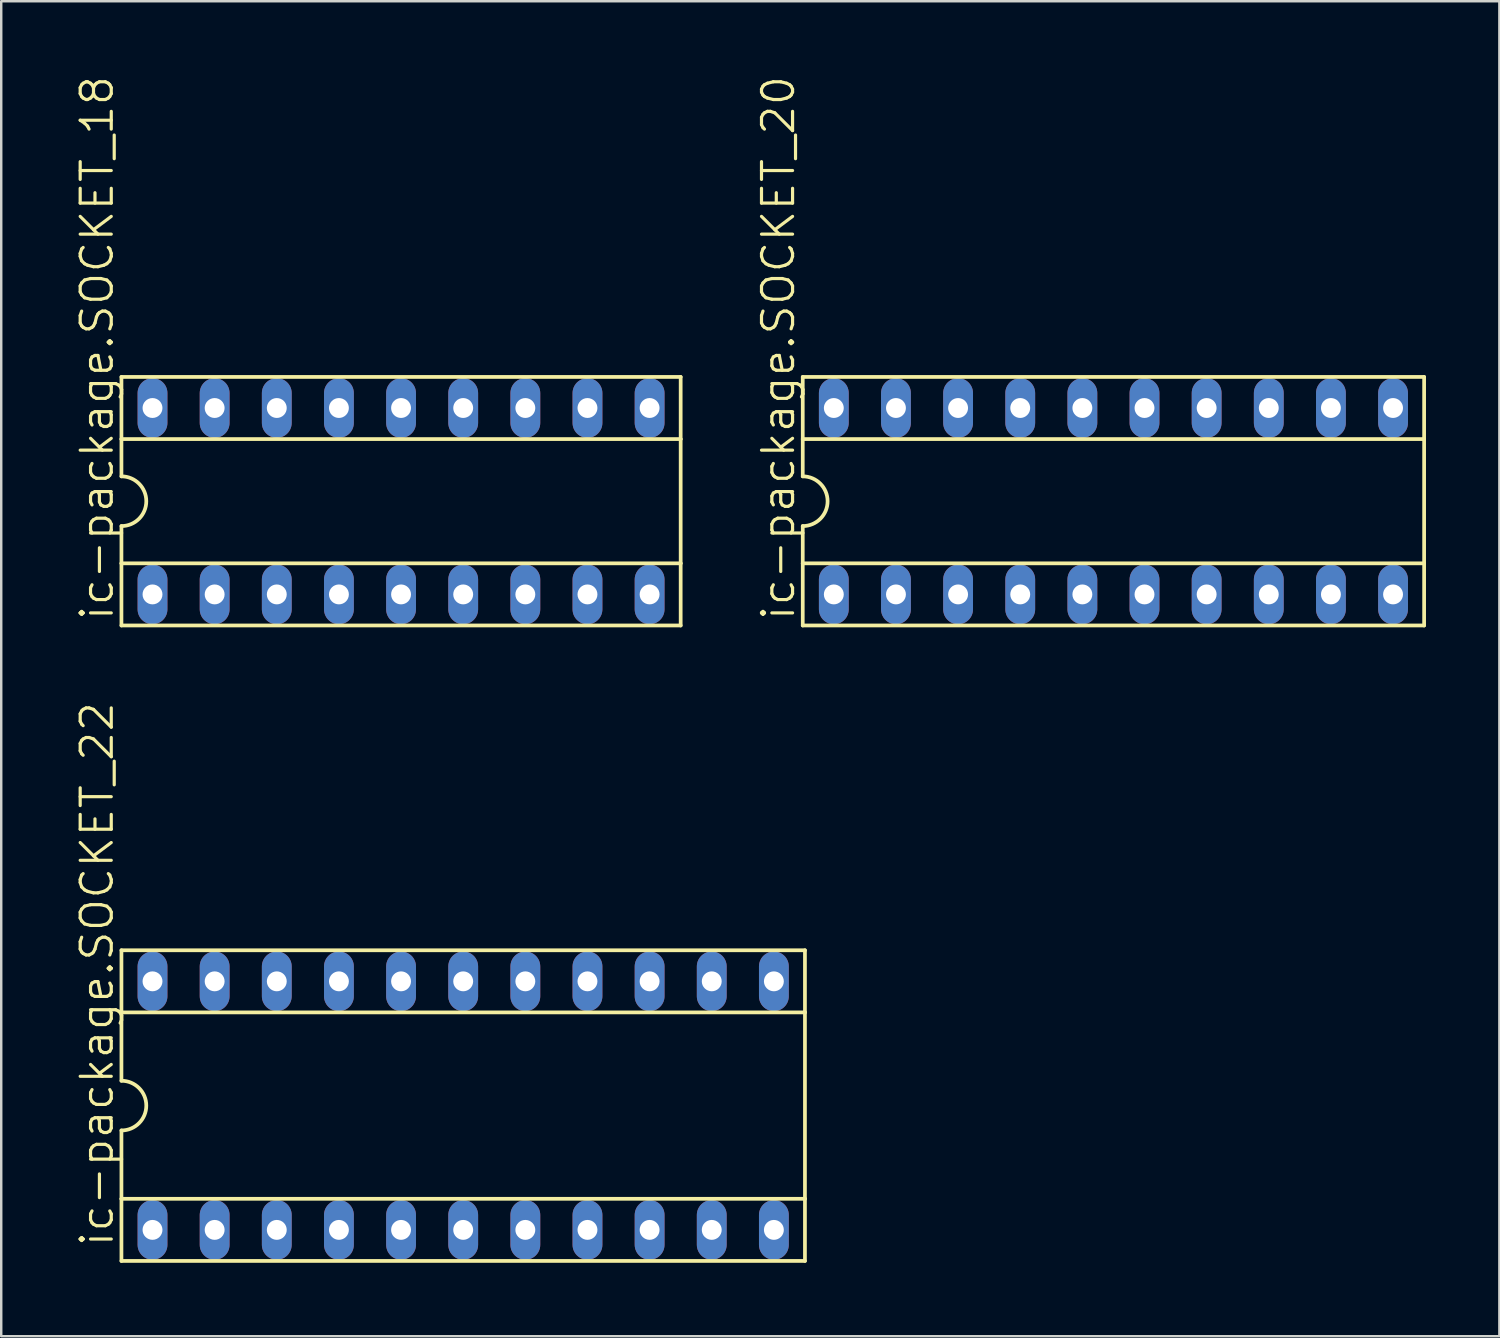
<source format=kicad_pcb>
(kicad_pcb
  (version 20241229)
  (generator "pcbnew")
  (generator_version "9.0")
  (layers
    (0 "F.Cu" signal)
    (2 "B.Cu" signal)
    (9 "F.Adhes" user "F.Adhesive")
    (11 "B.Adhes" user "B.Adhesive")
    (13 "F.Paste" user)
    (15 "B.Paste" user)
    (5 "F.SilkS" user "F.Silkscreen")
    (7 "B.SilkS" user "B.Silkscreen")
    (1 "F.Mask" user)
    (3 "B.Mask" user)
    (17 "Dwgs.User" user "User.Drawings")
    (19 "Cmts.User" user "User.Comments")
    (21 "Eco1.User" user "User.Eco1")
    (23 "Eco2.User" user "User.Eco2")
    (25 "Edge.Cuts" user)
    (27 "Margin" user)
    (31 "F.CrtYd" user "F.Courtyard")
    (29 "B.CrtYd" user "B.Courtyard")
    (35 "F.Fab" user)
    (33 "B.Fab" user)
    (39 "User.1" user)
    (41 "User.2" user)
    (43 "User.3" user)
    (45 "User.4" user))
  (footprint "ic-package.SOCKET_22"
    (layer "F.Cu")
    (at 15.884 42.144)
    (property "Reference" "ic-package.SOCKET_22" (at -14.224 5.842 90) (layer "F.SilkS") (effects (font (size 1.27 1.27) (thickness 0.13)) (justify left bottom)))
    (attr through_hole)
    (fp_line (start -13.97 -6.35) (end -13.97 -3.81) (stroke (width 0.152) (type default)) (layer "F.SilkS"))
    (fp_line (start -13.97 -3.81) (end -13.97 -1.016) (stroke (width 0.152) (type default)) (layer "F.SilkS"))
    (fp_line (start -13.97 -3.81) (end 13.97 -3.81) (stroke (width 0.152) (type default)) (layer "F.SilkS"))
    (fp_line (start -13.97 3.81) (end -13.97 1.016) (stroke (width 0.152) (type default)) (layer "F.SilkS"))
    (fp_line (start -13.97 3.81) (end 13.97 3.81) (stroke (width 0.152) (type default)) (layer "F.SilkS"))
    (fp_line (start -13.97 6.35) (end -13.97 3.81) (stroke (width 0.152) (type default)) (layer "F.SilkS"))
    (fp_line (start -13.97 6.35) (end 13.97 6.35) (stroke (width 0.152) (type default)) (layer "F.SilkS"))
    (fp_line (start 13.97 -6.35) (end -13.97 -6.35) (stroke (width 0.152) (type default)) (layer "F.SilkS"))
    (fp_line (start 13.97 -6.35) (end 13.97 -3.81) (stroke (width 0.152) (type default)) (layer "F.SilkS"))
    (fp_line (start 13.97 -3.81) (end 13.97 3.81) (stroke (width 0.152) (type default)) (layer "F.SilkS"))
    (fp_line (start 13.97 3.81) (end 13.97 6.35) (stroke (width 0.152) (type default)) (layer "F.SilkS"))
    (fp_arc (start -13.97 -1.016) (mid -12.954 0) (end -13.97 1.016) (stroke (width 0.1524) (type default)) (layer "F.SilkS"))
    (pad "1" thru_hole oval (at -12.7 5.08 90) (size 2.438 1.219) (drill 0.813) (layers "*.Cu" "*.Mask"))
    (pad "2" thru_hole oval (at -10.16 5.08 90) (size 2.438 1.219) (drill 0.813) (layers "*.Cu" "*.Mask"))
    (pad "3" thru_hole oval (at -7.62 5.08 90) (size 2.438 1.219) (drill 0.813) (layers "*.Cu" "*.Mask"))
    (pad "4" thru_hole oval (at -5.08 5.08 90) (size 2.438 1.219) (drill 0.813) (layers "*.Cu" "*.Mask"))
    (pad "5" thru_hole oval (at -2.54 5.08 90) (size 2.438 1.219) (drill 0.813) (layers "*.Cu" "*.Mask"))
    (pad "6" thru_hole oval (at 0 5.08 90) (size 2.438 1.219) (drill 0.813) (layers "*.Cu" "*.Mask"))
    (pad "7" thru_hole oval (at 2.54 5.08 90) (size 2.438 1.219) (drill 0.813) (layers "*.Cu" "*.Mask"))
    (pad "8" thru_hole oval (at 5.08 5.08 90) (size 2.438 1.219) (drill 0.813) (layers "*.Cu" "*.Mask"))
    (pad "9" thru_hole oval (at 7.62 5.08 90) (size 2.438 1.219) (drill 0.813) (layers "*.Cu" "*.Mask"))
    (pad "10" thru_hole oval (at 10.16 5.08 90) (size 2.438 1.219) (drill 0.813) (layers "*.Cu" "*.Mask"))
    (pad "11" thru_hole oval (at 12.7 5.08 90) (size 2.438 1.219) (drill 0.813) (layers "*.Cu" "*.Mask"))
    (pad "12" thru_hole oval (at 12.7 -5.08 90) (size 2.438 1.219) (drill 0.813) (layers "*.Cu" "*.Mask"))
    (pad "13" thru_hole oval (at 10.16 -5.08 90) (size 2.438 1.219) (drill 0.813) (layers "*.Cu" "*.Mask"))
    (pad "14" thru_hole oval (at 7.62 -5.08 90) (size 2.438 1.219) (drill 0.813) (layers "*.Cu" "*.Mask"))
    (pad "15" thru_hole oval (at 5.08 -5.08 90) (size 2.438 1.219) (drill 0.813) (layers "*.Cu" "*.Mask"))
    (pad "16" thru_hole oval (at 2.54 -5.08 90) (size 2.438 1.219) (drill 0.813) (layers "*.Cu" "*.Mask"))
    (pad "17" thru_hole oval (at 0 -5.08 90) (size 2.438 1.219) (drill 0.813) (layers "*.Cu" "*.Mask"))
    (pad "18" thru_hole oval (at -2.54 -5.08 90) (size 2.438 1.219) (drill 0.813) (layers "*.Cu" "*.Mask"))
    (pad "19" thru_hole oval (at -5.08 -5.08 90) (size 2.438 1.219) (drill 0.813) (layers "*.Cu" "*.Mask"))
    (pad "20" thru_hole oval (at -7.62 -5.08 90) (size 2.438 1.219) (drill 0.813) (layers "*.Cu" "*.Mask"))
    (pad "21" thru_hole oval (at -10.16 -5.08 90) (size 2.438 1.219) (drill 0.813) (layers "*.Cu" "*.Mask"))
    (pad "22" thru_hole oval (at -12.7 -5.08 90) (size 2.438 1.219) (drill 0.813) (layers "*.Cu" "*.Mask")))
  (footprint "ic-package.SOCKET_18"
    (layer "F.Cu")
    (at 13.344 17.438)
    (property "Reference" "ic-package.SOCKET_18" (at -11.684 4.953 90) (layer "F.SilkS") (effects (font (size 1.27 1.27) (thickness 0.13)) (justify left bottom)))
    (attr through_hole)
    (fp_line (start -11.43 -5.08) (end -11.43 -2.54) (stroke (width 0.152) (type default)) (layer "F.SilkS"))
    (fp_line (start -11.43 -2.54) (end -11.43 -1.016) (stroke (width 0.152) (type default)) (layer "F.SilkS"))
    (fp_line (start -11.43 -2.54) (end 11.43 -2.54) (stroke (width 0.152) (type default)) (layer "F.SilkS"))
    (fp_line (start -11.43 2.54) (end -11.43 1.016) (stroke (width 0.152) (type default)) (layer "F.SilkS"))
    (fp_line (start -11.43 2.54) (end 11.43 2.54) (stroke (width 0.152) (type default)) (layer "F.SilkS"))
    (fp_line (start -11.43 5.08) (end -11.43 2.54) (stroke (width 0.152) (type default)) (layer "F.SilkS"))
    (fp_line (start -11.43 5.08) (end 11.43 5.08) (stroke (width 0.152) (type default)) (layer "F.SilkS"))
    (fp_line (start 11.43 -5.08) (end -11.43 -5.08) (stroke (width 0.152) (type default)) (layer "F.SilkS"))
    (fp_line (start 11.43 -5.08) (end 11.43 -2.54) (stroke (width 0.152) (type default)) (layer "F.SilkS"))
    (fp_line (start 11.43 -2.54) (end 11.43 2.54) (stroke (width 0.152) (type default)) (layer "F.SilkS"))
    (fp_line (start 11.43 2.54) (end 11.43 5.08) (stroke (width 0.152) (type default)) (layer "F.SilkS"))
    (fp_arc (start -11.43 -1.016) (mid -10.414 0) (end -11.43 1.016) (stroke (width 0.1524) (type default)) (layer "F.SilkS"))
    (pad "1" thru_hole oval (at -10.16 3.81 90) (size 2.438 1.219) (drill 0.813) (layers "*.Cu" "*.Mask"))
    (pad "2" thru_hole oval (at -7.62 3.81 90) (size 2.438 1.219) (drill 0.813) (layers "*.Cu" "*.Mask"))
    (pad "3" thru_hole oval (at -5.08 3.81 90) (size 2.438 1.219) (drill 0.813) (layers "*.Cu" "*.Mask"))
    (pad "4" thru_hole oval (at -2.54 3.81 90) (size 2.438 1.219) (drill 0.813) (layers "*.Cu" "*.Mask"))
    (pad "5" thru_hole oval (at 0 3.81 90) (size 2.438 1.219) (drill 0.813) (layers "*.Cu" "*.Mask"))
    (pad "6" thru_hole oval (at 2.54 3.81 90) (size 2.438 1.219) (drill 0.813) (layers "*.Cu" "*.Mask"))
    (pad "7" thru_hole oval (at 5.08 3.81 90) (size 2.438 1.219) (drill 0.813) (layers "*.Cu" "*.Mask"))
    (pad "8" thru_hole oval (at 7.62 3.81 90) (size 2.438 1.219) (drill 0.813) (layers "*.Cu" "*.Mask"))
    (pad "9" thru_hole oval (at 10.16 3.81 90) (size 2.438 1.219) (drill 0.813) (layers "*.Cu" "*.Mask"))
    (pad "10" thru_hole oval (at 10.16 -3.81 90) (size 2.438 1.219) (drill 0.813) (layers "*.Cu" "*.Mask"))
    (pad "11" thru_hole oval (at 7.62 -3.81 90) (size 2.438 1.219) (drill 0.813) (layers "*.Cu" "*.Mask"))
    (pad "12" thru_hole oval (at 5.08 -3.81 90) (size 2.438 1.219) (drill 0.813) (layers "*.Cu" "*.Mask"))
    (pad "13" thru_hole oval (at 2.54 -3.81 90) (size 2.438 1.219) (drill 0.813) (layers "*.Cu" "*.Mask"))
    (pad "14" thru_hole oval (at 0 -3.81 90) (size 2.438 1.219) (drill 0.813) (layers "*.Cu" "*.Mask"))
    (pad "15" thru_hole oval (at -2.54 -3.81 90) (size 2.438 1.219) (drill 0.813) (layers "*.Cu" "*.Mask"))
    (pad "16" thru_hole oval (at -5.08 -3.81 90) (size 2.438 1.219) (drill 0.813) (layers "*.Cu" "*.Mask"))
    (pad "17" thru_hole oval (at -7.62 -3.81 90) (size 2.438 1.219) (drill 0.813) (layers "*.Cu" "*.Mask"))
    (pad "18" thru_hole oval (at -10.16 -3.81 90) (size 2.438 1.219) (drill 0.813) (layers "*.Cu" "*.Mask")))
  (footprint "ic-package.SOCKET_20"
    (layer "F.Cu")
    (at 42.464 17.438)
    (property "Reference" "ic-package.SOCKET_20" (at -12.954 4.953 90) (layer "F.SilkS") (effects (font (size 1.27 1.27) (thickness 0.13)) (justify left bottom)))
    (attr through_hole)
    (fp_line (start -12.7 -5.08) (end -12.7 -2.54) (stroke (width 0.152) (type default)) (layer "F.SilkS"))
    (fp_line (start -12.7 -2.54) (end -12.7 -1.016) (stroke (width 0.152) (type default)) (layer "F.SilkS"))
    (fp_line (start -12.7 -2.54) (end 12.7 -2.54) (stroke (width 0.152) (type default)) (layer "F.SilkS"))
    (fp_line (start -12.7 2.54) (end -12.7 1.016) (stroke (width 0.152) (type default)) (layer "F.SilkS"))
    (fp_line (start -12.7 2.54) (end 12.7 2.54) (stroke (width 0.152) (type default)) (layer "F.SilkS"))
    (fp_line (start -12.7 5.08) (end -12.7 2.54) (stroke (width 0.152) (type default)) (layer "F.SilkS"))
    (fp_line (start -12.7 5.08) (end 12.7 5.08) (stroke (width 0.152) (type default)) (layer "F.SilkS"))
    (fp_line (start 12.7 -5.08) (end -12.7 -5.08) (stroke (width 0.152) (type default)) (layer "F.SilkS"))
    (fp_line (start 12.7 -5.08) (end 12.7 -2.54) (stroke (width 0.152) (type default)) (layer "F.SilkS"))
    (fp_line (start 12.7 -2.54) (end 12.7 2.54) (stroke (width 0.152) (type default)) (layer "F.SilkS"))
    (fp_line (start 12.7 2.54) (end 12.7 5.08) (stroke (width 0.152) (type default)) (layer "F.SilkS"))
    (fp_arc (start -12.7 -1.016) (mid -11.684 0) (end -12.7 1.016) (stroke (width 0.1524) (type default)) (layer "F.SilkS"))
    (pad "1" thru_hole oval (at -11.43 3.81 90) (size 2.438 1.219) (drill 0.813) (layers "*.Cu" "*.Mask"))
    (pad "2" thru_hole oval (at -8.89 3.81 90) (size 2.438 1.219) (drill 0.813) (layers "*.Cu" "*.Mask"))
    (pad "3" thru_hole oval (at -6.35 3.81 90) (size 2.438 1.219) (drill 0.813) (layers "*.Cu" "*.Mask"))
    (pad "4" thru_hole oval (at -3.81 3.81 90) (size 2.438 1.219) (drill 0.813) (layers "*.Cu" "*.Mask"))
    (pad "5" thru_hole oval (at -1.27 3.81 90) (size 2.438 1.219) (drill 0.813) (layers "*.Cu" "*.Mask"))
    (pad "6" thru_hole oval (at 1.27 3.81 90) (size 2.438 1.219) (drill 0.813) (layers "*.Cu" "*.Mask"))
    (pad "7" thru_hole oval (at 3.81 3.81 90) (size 2.438 1.219) (drill 0.813) (layers "*.Cu" "*.Mask"))
    (pad "8" thru_hole oval (at 6.35 3.81 90) (size 2.438 1.219) (drill 0.813) (layers "*.Cu" "*.Mask"))
    (pad "9" thru_hole oval (at 8.89 3.81 90) (size 2.438 1.219) (drill 0.813) (layers "*.Cu" "*.Mask"))
    (pad "10" thru_hole oval (at 11.43 3.81 90) (size 2.438 1.219) (drill 0.813) (layers "*.Cu" "*.Mask"))
    (pad "11" thru_hole oval (at 11.43 -3.81 90) (size 2.438 1.219) (drill 0.813) (layers "*.Cu" "*.Mask"))
    (pad "12" thru_hole oval (at 8.89 -3.81 90) (size 2.438 1.219) (drill 0.813) (layers "*.Cu" "*.Mask"))
    (pad "13" thru_hole oval (at 6.35 -3.81 90) (size 2.438 1.219) (drill 0.813) (layers "*.Cu" "*.Mask"))
    (pad "14" thru_hole oval (at 3.81 -3.81 90) (size 2.438 1.219) (drill 0.813) (layers "*.Cu" "*.Mask"))
    (pad "15" thru_hole oval (at 1.27 -3.81 90) (size 2.438 1.219) (drill 0.813) (layers "*.Cu" "*.Mask"))
    (pad "16" thru_hole oval (at -1.27 -3.81 90) (size 2.438 1.219) (drill 0.813) (layers "*.Cu" "*.Mask"))
    (pad "17" thru_hole oval (at -3.81 -3.81 90) (size 2.438 1.219) (drill 0.813) (layers "*.Cu" "*.Mask"))
    (pad "18" thru_hole oval (at -6.35 -3.81 90) (size 2.438 1.219) (drill 0.813) (layers "*.Cu" "*.Mask"))
    (pad "19" thru_hole oval (at -8.89 -3.81 90) (size 2.438 1.219) (drill 0.813) (layers "*.Cu" "*.Mask"))
    (pad "20" thru_hole oval (at -11.43 -3.81 90) (size 2.438 1.219) (drill 0.813) (layers "*.Cu" "*.Mask")))
  (gr_rect
    (start -3 -3)
    (end 58.24 51.57)
    (stroke (width 0.1) (type default))
    (fill no)
    (layer "Edge.Cuts")))
</source>
